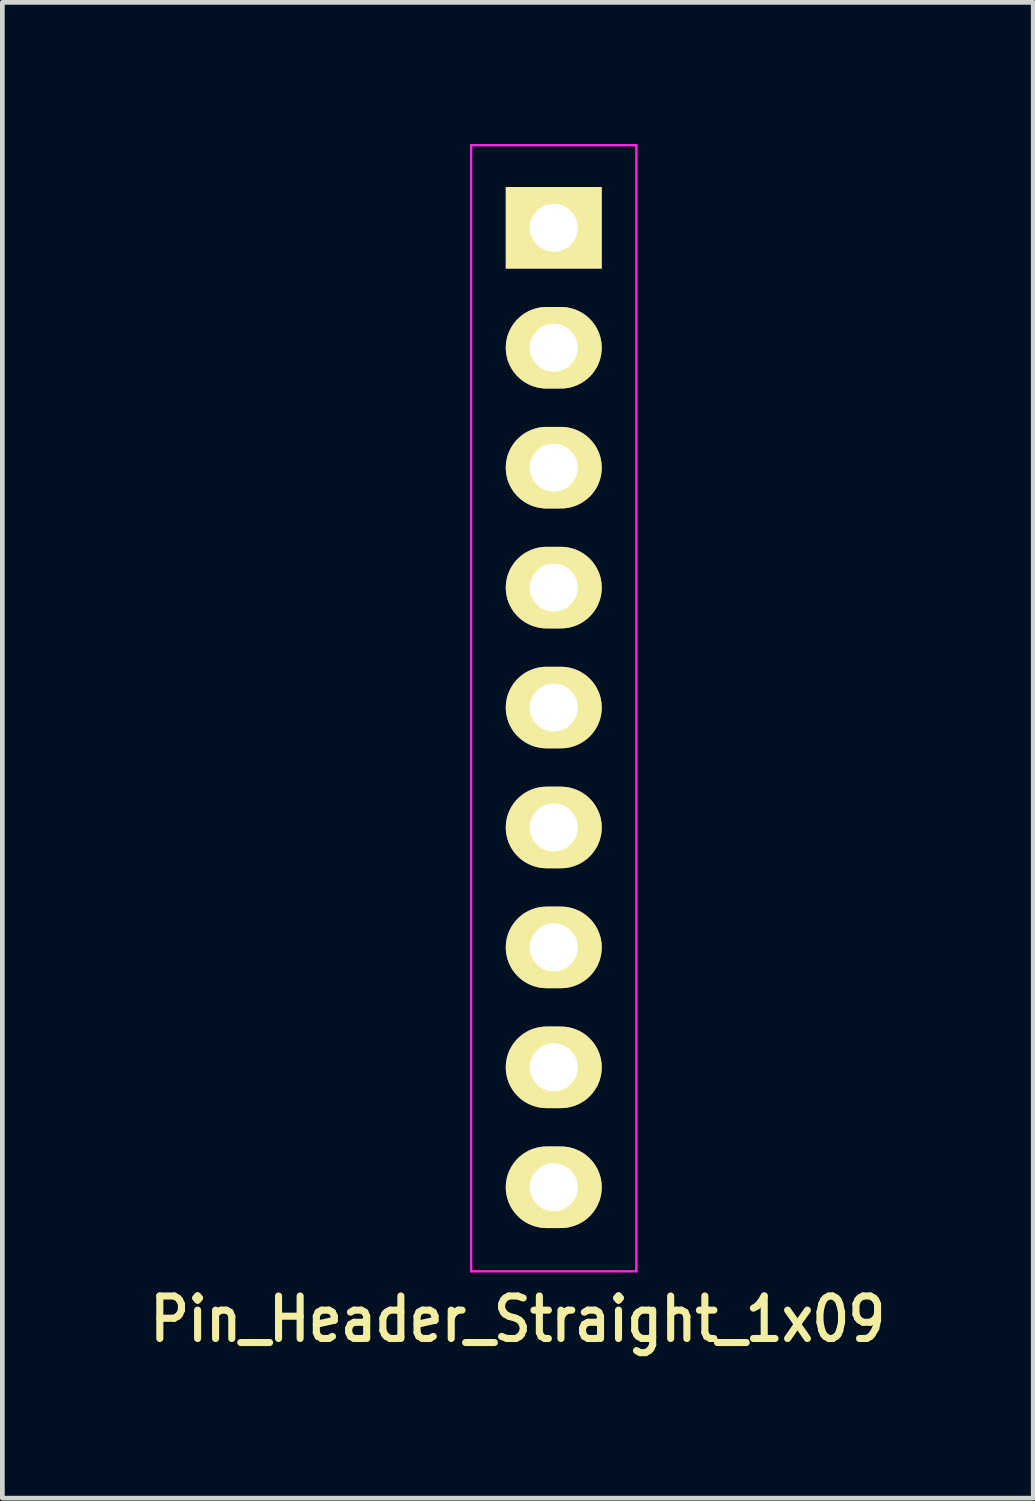
<source format=kicad_pcb>
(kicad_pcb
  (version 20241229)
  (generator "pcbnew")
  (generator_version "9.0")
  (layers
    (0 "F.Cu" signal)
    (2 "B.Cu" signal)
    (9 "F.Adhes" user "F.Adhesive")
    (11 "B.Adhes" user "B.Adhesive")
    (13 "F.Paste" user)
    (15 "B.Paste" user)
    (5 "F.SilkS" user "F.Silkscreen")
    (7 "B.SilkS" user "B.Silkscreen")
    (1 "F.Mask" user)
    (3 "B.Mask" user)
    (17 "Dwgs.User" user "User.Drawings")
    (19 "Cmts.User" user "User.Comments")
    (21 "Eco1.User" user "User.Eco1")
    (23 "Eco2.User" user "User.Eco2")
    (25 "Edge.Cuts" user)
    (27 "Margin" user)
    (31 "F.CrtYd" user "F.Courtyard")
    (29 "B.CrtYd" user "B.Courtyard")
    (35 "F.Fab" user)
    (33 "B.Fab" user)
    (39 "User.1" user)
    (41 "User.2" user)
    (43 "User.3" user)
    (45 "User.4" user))
  (footprint "Pin_Header_Straight_1x09"
    (layer "F.Cu")
    (at 8.678 1.775)
    (property "Reference" "Pin_Header_Straight_1x09" (at -0.762 23.114 0) (layer "F.SilkS") (effects (font (size 0.9 0.8) (thickness 0.15))))
    (attr through_hole)
    (fp_line (start -1.75 -1.75) (end -1.75 22.1) (stroke (width 0.05) (type solid)) (layer "F.CrtYd"))
    (fp_line (start -1.75 -1.75) (end 1.75 -1.75) (stroke (width 0.05) (type solid)) (layer "F.CrtYd"))
    (fp_line (start -1.75 22.1) (end 1.75 22.1) (stroke (width 0.05) (type solid)) (layer "F.CrtYd"))
    (fp_line (start 1.75 -1.75) (end 1.75 22.1) (stroke (width 0.05) (type solid)) (layer "F.CrtYd"))
    (pad "1" thru_hole rect (at 0 0) (size 2.032 1.727) (drill 1.016) (layers "*.Cu" "*.Mask" "F.SilkS"))
    (pad "2" thru_hole oval (at 0 2.54) (size 2.032 1.727) (drill 1.016) (layers "*.Cu" "*.Mask" "F.SilkS"))
    (pad "3" thru_hole oval (at 0 5.08) (size 2.032 1.727) (drill 1.016) (layers "*.Cu" "*.Mask" "F.SilkS"))
    (pad "4" thru_hole oval (at 0 7.62) (size 2.032 1.727) (drill 1.016) (layers "*.Cu" "*.Mask" "F.SilkS"))
    (pad "5" thru_hole oval (at 0 10.16) (size 2.032 1.727) (drill 1.016) (layers "*.Cu" "*.Mask" "F.SilkS"))
    (pad "6" thru_hole oval (at 0 12.7) (size 2.032 1.727) (drill 1.016) (layers "*.Cu" "*.Mask" "F.SilkS"))
    (pad "7" thru_hole oval (at 0 15.24) (size 2.032 1.727) (drill 1.016) (layers "*.Cu" "*.Mask" "F.SilkS"))
    (pad "8" thru_hole oval (at 0 17.78) (size 2.032 1.727) (drill 1.016) (layers "*.Cu" "*.Mask" "F.SilkS"))
    (pad "9" thru_hole oval (at 0 20.32) (size 2.032 1.727) (drill 1.016) (layers "*.Cu" "*.Mask" "F.SilkS")))
  (gr_rect
    (start -3 -3)
    (end 18.833 28.679)
    (stroke (width 0.1) (type default))
    (fill no)
    (layer "Edge.Cuts")))
</source>
